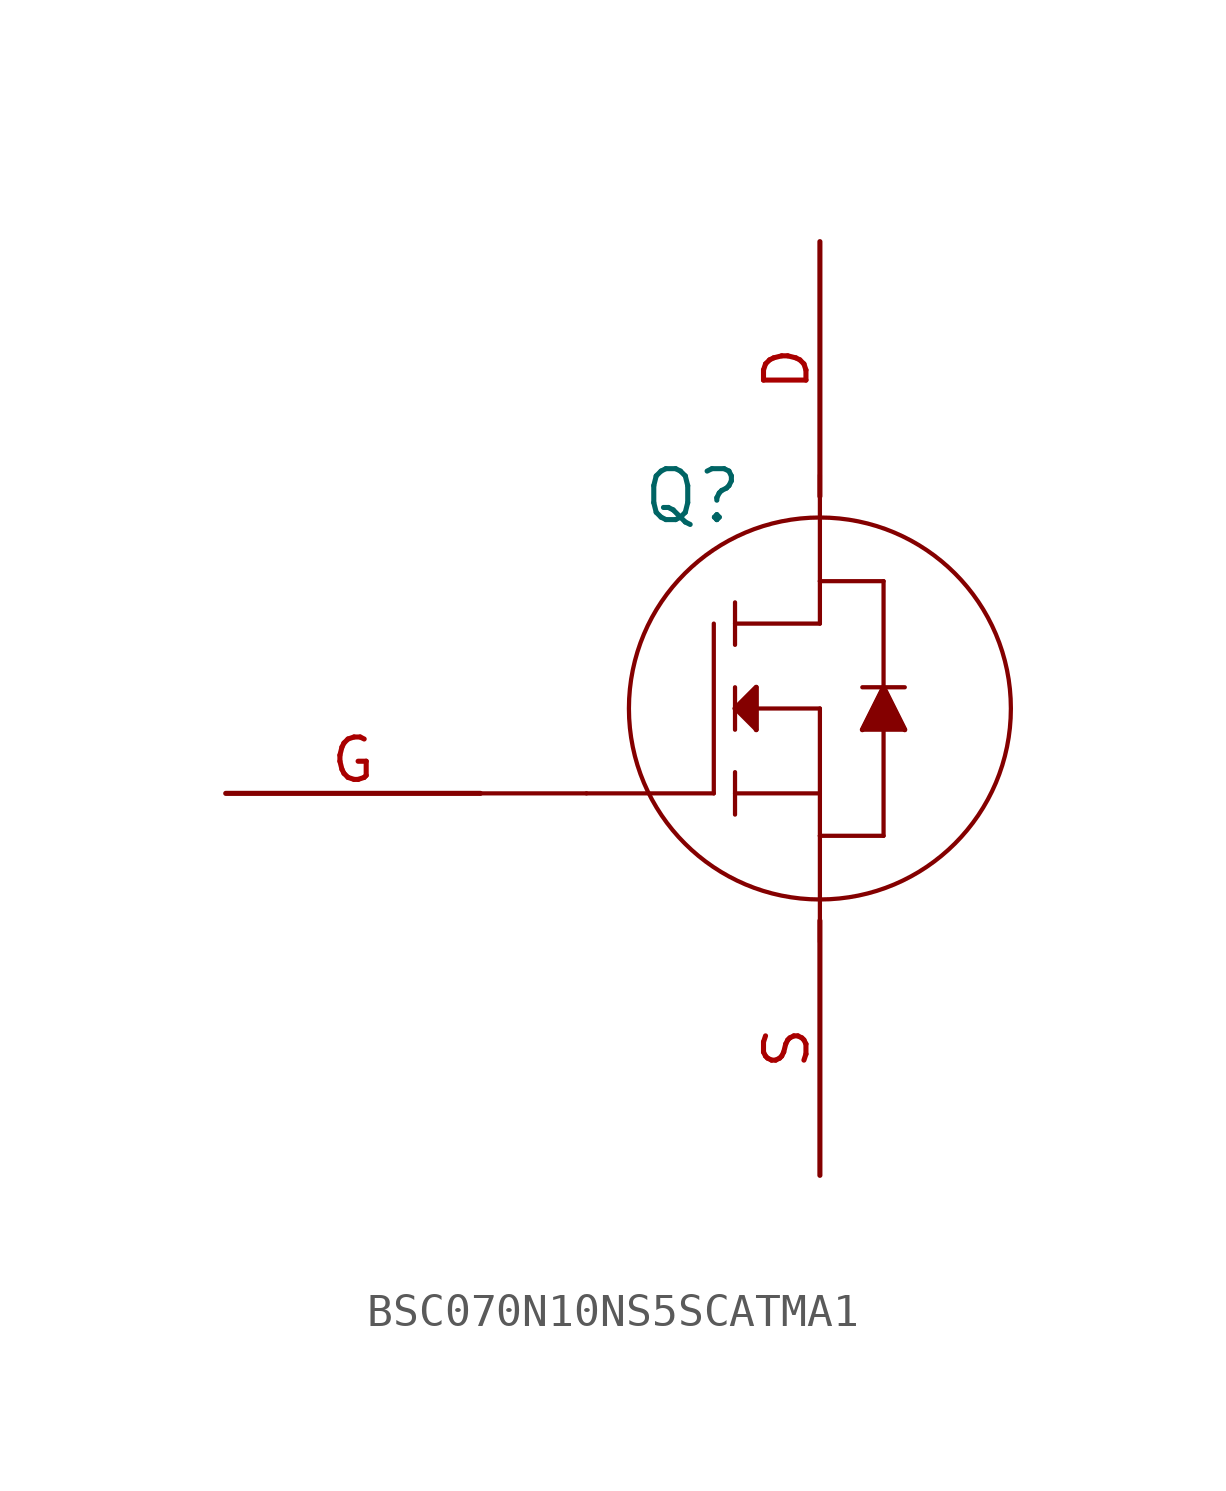
<source format=kicad_sym>
(kicad_symbol_lib
  (version 20220914)
  (generator kicad_symbol_editor)
  (symbol "BSC070N10NS5SCATMA1"
    (pin_names
      (offset 0.254))
    (property "Reference" "Q"
      (at -3.81 6.35 0)
      (effects (font (size 1.524 1.524))))
    (property "ki_locked" ""
      (at 0 0 0)
      (effects (font (size 1.27 1.27))))
    (symbol "BSC070N10NS5SCATMA1_0_1"
      (polyline (pts (xy -10.16 -2.54) (xy -6.985 -2.54)) (stroke (width 0.127) (type default)) (fill (type none)))
      (polyline (pts (xy -3.175 -2.54) (xy -6.985 -2.54)) (stroke (width 0.127) (type default)) (fill (type none)))
      (polyline (pts (xy -3.175 2.54) (xy -3.175 -2.54)) (stroke (width 0.127) (type default)) (fill (type none)))
      (polyline (pts (xy -2.54 -2.54) (xy 0 -2.54)) (stroke (width 0.127) (type default)) (fill (type none)))
      (polyline (pts (xy -2.54 -1.905) (xy -2.54 -3.175)) (stroke (width 0.127) (type default)) (fill (type none)))
      (polyline (pts (xy -2.54 0) (xy -1.905 0.635)) (stroke (width 0.127) (type default)) (fill (type none)))
      (polyline (pts (xy -2.54 0.635) (xy -2.54 -0.635)) (stroke (width 0.127) (type default)) (fill (type none)))
      (polyline (pts (xy -2.54 2.54) (xy 0 2.54)) (stroke (width 0.127) (type default)) (fill (type none)))
      (polyline (pts (xy -2.54 3.175) (xy -2.54 1.905)) (stroke (width 0.127) (type default)) (fill (type none)))
      (polyline (pts (xy -1.905 -0.635) (xy -2.54 0)) (stroke (width 0.127) (type default)) (fill (type none)))
      (polyline (pts (xy -1.905 -0.635) (xy -1.905 0.635)) (stroke (width 0.127) (type default)) (fill (type none)))
      (polyline (pts (xy 0 -3.81) (xy 0 -6.985)) (stroke (width 0.127) (type default)) (fill (type none)))
      (polyline (pts (xy 0 -3.81) (xy 0 -2.54)) (stroke (width 0.127) (type default)) (fill (type none)))
      (polyline (pts (xy 0 0) (xy -2.54 0)) (stroke (width 0.127) (type default)) (fill (type none)))
      (polyline (pts (xy 0 0) (xy 0 -2.54)) (stroke (width 0.127) (type default)) (fill (type none)))
      (polyline (pts (xy 0 2.54) (xy 0 3.81)) (stroke (width 0.127) (type default)) (fill (type none)))
      (polyline (pts (xy 0 3.81) (xy 0 6.985)) (stroke (width 0.127) (type default)) (fill (type none)))
      (polyline (pts (xy 0 3.81) (xy 1.905 3.81)) (stroke (width 0.127) (type default)) (fill (type none)))
      (polyline (pts (xy 1.27 -0.635) (xy 2.54 -0.635)) (stroke (width 0.127) (type default)) (fill (type none)))
      (polyline (pts (xy 1.27 0.635) (xy 2.54 0.635)) (stroke (width 0.127) (type default)) (fill (type none)))
      (polyline (pts (xy 1.905 -3.81) (xy 0 -3.81)) (stroke (width 0.127) (type default)) (fill (type none)))
      (polyline (pts (xy 1.905 0.635) (xy 1.27 -0.635)) (stroke (width 0.127) (type default)) (fill (type none)))
      (polyline (pts (xy 1.905 3.81) (xy 1.905 -3.81)) (stroke (width 0.127) (type default)) (fill (type none)))
      (polyline (pts (xy 2.54 -0.635) (xy 1.905 0.635)) (stroke (width 0.127) (type default)) (fill (type none)))
      (polyline (pts (xy -2.54 0) (xy -1.905 0.635) (xy -1.905 -0.635)) (stroke (width 0) (type default)) (fill (type outline)))
      (polyline (pts (xy 1.27 -0.635) (xy 1.905 0.635) (xy 2.54 -0.635)) (stroke (width 0) (type default)) (fill (type outline)))
      (circle (center 0 0) (radius 5.715) (stroke (width 0.127) (type default)) (fill (type none))))
    (symbol "BSC070N10NS5SCATMA1_1_1"
      (pin unspecified line (at 0 13.97 270) (length 7.62) (name "" (effects (font (size 1.27 1.27)))) (number "D" (effects (font (size 1.27 1.27)))))
      (pin unspecified line (at -17.78 -2.54 0) (length 7.62) (name "" (effects (font (size 1.27 1.27)))) (number "G" (effects (font (size 1.27 1.27)))))
      (pin unspecified line (at 0 -13.97 90) (length 7.62) (name "" (effects (font (size 1.27 1.27)))) (number "S" (effects (font (size 1.27 1.27))))))))
</source>
